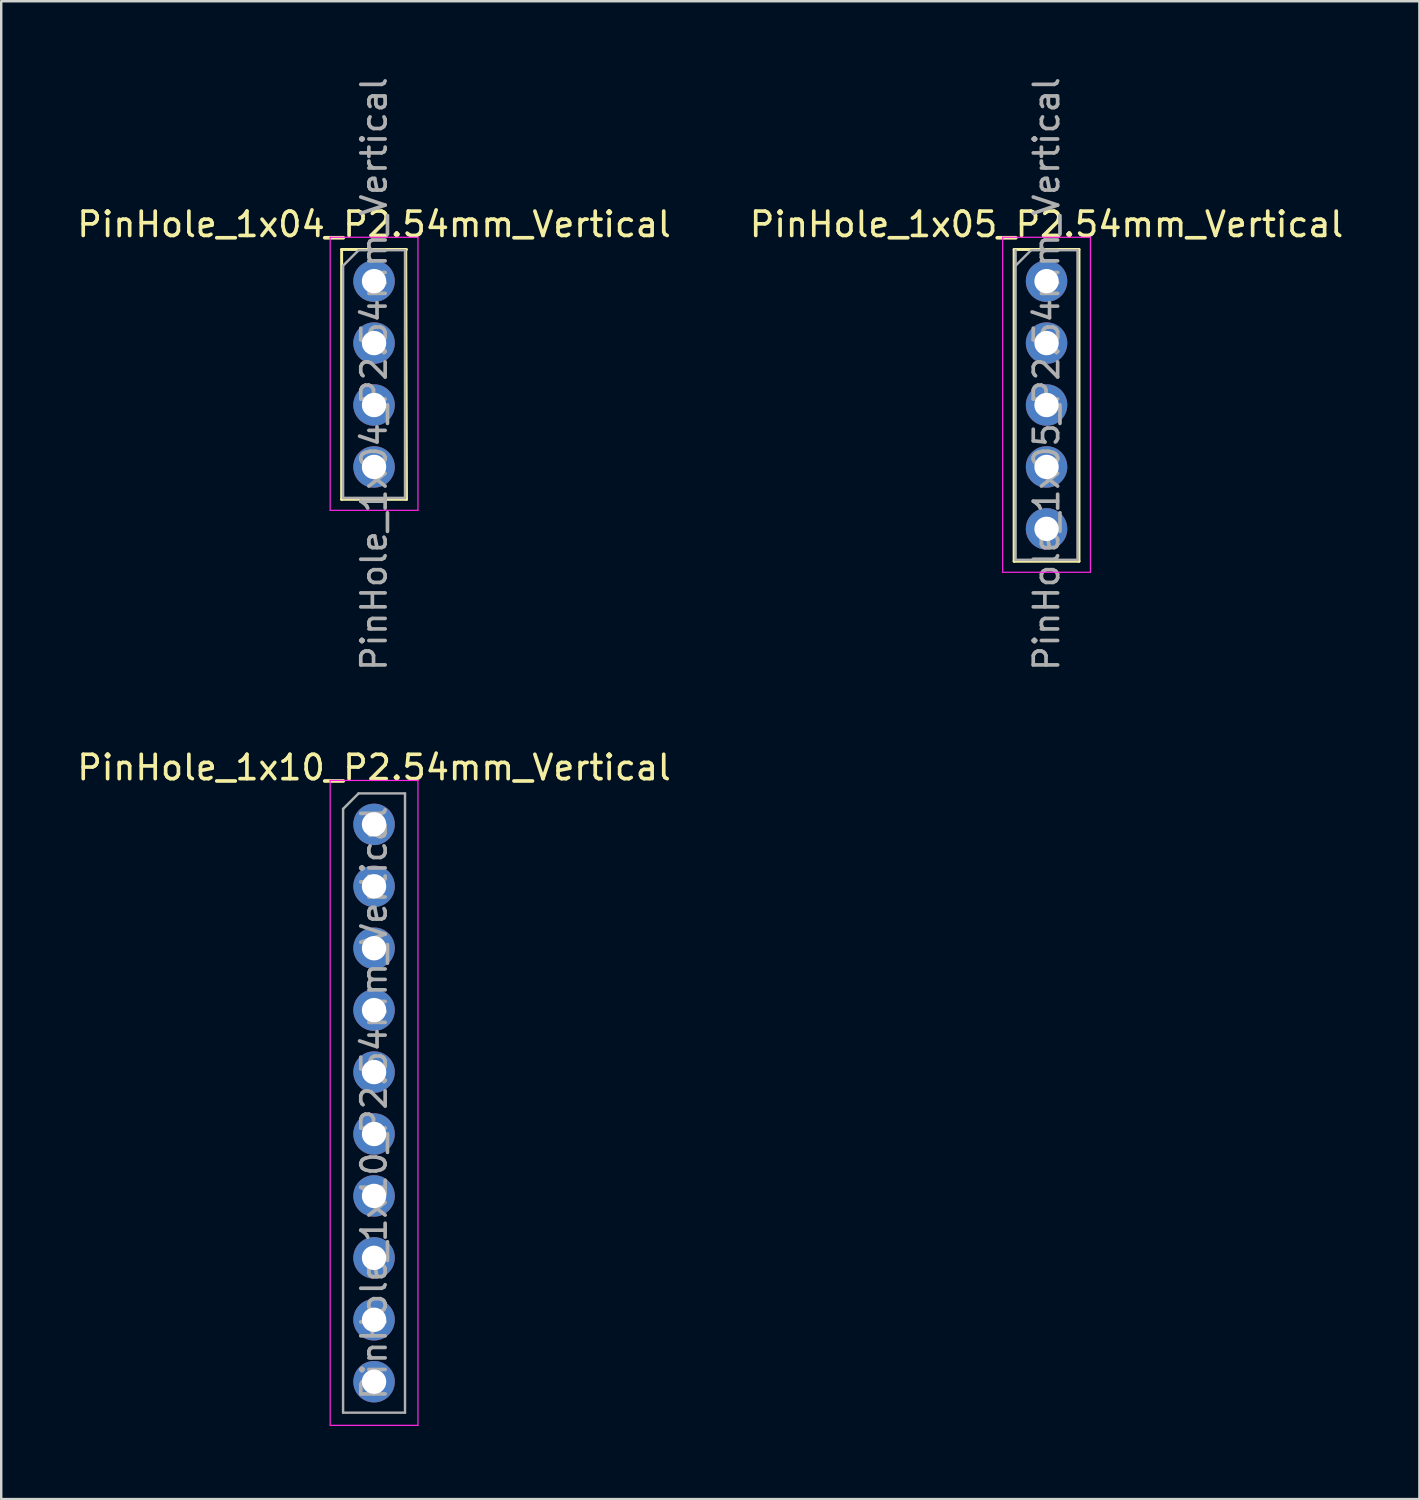
<source format=kicad_pcb>
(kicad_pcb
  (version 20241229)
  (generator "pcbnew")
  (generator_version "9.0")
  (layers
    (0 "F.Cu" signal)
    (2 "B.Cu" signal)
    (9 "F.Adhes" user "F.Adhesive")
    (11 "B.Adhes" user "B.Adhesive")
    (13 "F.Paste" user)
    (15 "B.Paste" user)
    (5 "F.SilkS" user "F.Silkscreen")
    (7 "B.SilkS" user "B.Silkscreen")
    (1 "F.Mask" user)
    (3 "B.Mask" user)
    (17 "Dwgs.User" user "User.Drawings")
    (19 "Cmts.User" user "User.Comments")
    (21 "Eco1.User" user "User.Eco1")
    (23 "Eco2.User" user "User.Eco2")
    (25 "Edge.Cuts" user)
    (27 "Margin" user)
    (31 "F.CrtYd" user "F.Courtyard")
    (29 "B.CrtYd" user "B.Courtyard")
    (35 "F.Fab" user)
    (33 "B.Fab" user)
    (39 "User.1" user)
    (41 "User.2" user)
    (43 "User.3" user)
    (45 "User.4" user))
  (footprint "PinHole_1x05_P2.54mm_Vertical"
    (layer "F.Cu")
    (at 39.875 8.482)
    (property "Reference" "PinHole_1x05_P2.54mm_Vertical" (at 0 -2.33 0) (layer "F.SilkS") (effects (font (size 1 1) (thickness 0.15))))
    (attr through_hole)
    (fp_line (start -1.33 -1.3) (end -1.33 11.49) (stroke (width 0.12) (type solid)) (layer "F.SilkS"))
    (fp_line (start -1.33 -1.3) (end 1.33 -1.3) (stroke (width 0.12) (type solid)) (layer "F.SilkS"))
    (fp_line (start -1.33 11.49) (end 1.33 11.49) (stroke (width 0.12) (type solid)) (layer "F.SilkS"))
    (fp_line (start 1.33 -1.3) (end 1.33 11.49) (stroke (width 0.12) (type solid)) (layer "F.SilkS"))
    (fp_line (start -1.8 -1.8) (end -1.8 11.94) (stroke (width 0.05) (type solid)) (layer "F.CrtYd"))
    (fp_line (start -1.8 11.94) (end 1.8 11.94) (stroke (width 0.05) (type solid)) (layer "F.CrtYd"))
    (fp_line (start 1.8 -1.8) (end -1.8 -1.8) (stroke (width 0.05) (type solid)) (layer "F.CrtYd"))
    (fp_line (start 1.8 11.94) (end 1.8 -1.8) (stroke (width 0.05) (type solid)) (layer "F.CrtYd"))
    (fp_line (start -1.27 -0.635) (end -0.635 -1.27) (stroke (width 0.1) (type solid)) (layer "F.Fab"))
    (fp_line (start -1.27 11.43) (end -1.27 -1.27) (stroke (width 0.1) (type solid)) (layer "F.Fab"))
    (fp_line (start -0.635 -1.27) (end 1.27 -1.27) (stroke (width 0.1) (type solid)) (layer "F.Fab"))
    (fp_line (start 1.27 -1.27) (end 1.27 11.43) (stroke (width 0.1) (type solid)) (layer "F.Fab"))
    (fp_line (start 1.27 11.43) (end -1.27 11.43) (stroke (width 0.1) (type solid)) (layer "F.Fab"))
    (fp_text user "${REFERENCE}" (at 0 3.81 90) (layer "F.Fab") (effects (font (size 1 1) (thickness 0.15))))
    (pad "1" thru_hole oval (at 0 0) (size 1.7 1.7) (drill 1) (layers "*.Cu" "*.Mask"))
    (pad "2" thru_hole oval (at 0 2.54) (size 1.7 1.7) (drill 1) (layers "*.Cu" "*.Mask"))
    (pad "3" thru_hole oval (at 0 5.08) (size 1.7 1.7) (drill 1) (layers "*.Cu" "*.Mask"))
    (pad "4" thru_hole oval (at 0 7.62) (size 1.7 1.7) (drill 1) (layers "*.Cu" "*.Mask"))
    (pad "5" thru_hole oval (at 0 10.16) (size 1.7 1.7) (drill 1) (layers "*.Cu" "*.Mask")))
  (footprint "PinHole_1x04_P2.54mm_Vertical"
    (layer "F.Cu")
    (at 12.292 8.482)
    (property "Reference" "PinHole_1x04_P2.54mm_Vertical" (at 0 -2.33 0) (layer "F.SilkS") (effects (font (size 1 1) (thickness 0.15))))
    (attr through_hole)
    (fp_line (start -1.33 -1.3) (end -1.33 8.95) (stroke (width 0.12) (type solid)) (layer "F.SilkS"))
    (fp_line (start -1.33 -1.3) (end 1.33 -1.3) (stroke (width 0.12) (type solid)) (layer "F.SilkS"))
    (fp_line (start -1.33 8.95) (end 1.33 8.95) (stroke (width 0.12) (type solid)) (layer "F.SilkS"))
    (fp_line (start 1.3 -1.3) (end 1.33 8.95) (stroke (width 0.12) (type solid)) (layer "F.SilkS"))
    (fp_line (start -1.8 -1.8) (end -1.8 9.4) (stroke (width 0.05) (type solid)) (layer "F.CrtYd"))
    (fp_line (start -1.8 9.4) (end 1.8 9.4) (stroke (width 0.05) (type solid)) (layer "F.CrtYd"))
    (fp_line (start 1.8 -1.8) (end -1.8 -1.8) (stroke (width 0.05) (type solid)) (layer "F.CrtYd"))
    (fp_line (start 1.8 9.4) (end 1.8 -1.8) (stroke (width 0.05) (type solid)) (layer "F.CrtYd"))
    (fp_line (start -1.27 -0.635) (end -0.635 -1.27) (stroke (width 0.1) (type solid)) (layer "F.Fab"))
    (fp_line (start -1.27 8.89) (end -1.27 -0.635) (stroke (width 0.1) (type solid)) (layer "F.Fab"))
    (fp_line (start -0.635 -1.27) (end 1.27 -1.27) (stroke (width 0.1) (type solid)) (layer "F.Fab"))
    (fp_line (start 1.27 -1.27) (end 1.27 8.89) (stroke (width 0.1) (type solid)) (layer "F.Fab"))
    (fp_line (start 1.27 8.89) (end -1.27 8.89) (stroke (width 0.1) (type solid)) (layer "F.Fab"))
    (fp_text user "${REFERENCE}" (at 0 3.81 90) (layer "F.Fab") (effects (font (size 1 1) (thickness 0.15))))
    (pad "1" thru_hole oval (at 0 0) (size 1.7 1.7) (drill 1) (layers "*.Cu" "*.Mask"))
    (pad "2" thru_hole oval (at 0 2.54) (size 1.7 1.7) (drill 1) (layers "*.Cu" "*.Mask"))
    (pad "3" thru_hole oval (at 0 5.08) (size 1.7 1.7) (drill 1) (layers "*.Cu" "*.Mask"))
    (pad "4" thru_hole oval (at 0 7.62) (size 1.7 1.7) (drill 1) (layers "*.Cu" "*.Mask")))
  (footprint "PinHole_1x10_P2.54mm_Vertical"
    (layer "F.Cu")
    (at 12.292 30.762)
    (property "Reference" "PinHole_1x10_P2.54mm_Vertical" (at 0 -2.33 0) (layer "F.SilkS") (effects (font (size 1 1) (thickness 0.15))))
    (attr through_hole)
    (fp_line (start -1.8 -1.8) (end -1.8 24.65) (stroke (width 0.05) (type solid)) (layer "F.CrtYd"))
    (fp_line (start -1.8 24.65) (end 1.8 24.65) (stroke (width 0.05) (type solid)) (layer "F.CrtYd"))
    (fp_line (start 1.8 -1.8) (end -1.8 -1.8) (stroke (width 0.05) (type solid)) (layer "F.CrtYd"))
    (fp_line (start 1.8 24.65) (end 1.8 -1.8) (stroke (width 0.05) (type solid)) (layer "F.CrtYd"))
    (fp_line (start -1.27 -0.635) (end -0.635 -1.27) (stroke (width 0.1) (type solid)) (layer "F.Fab"))
    (fp_line (start -1.27 24.13) (end -1.27 -0.635) (stroke (width 0.1) (type solid)) (layer "F.Fab"))
    (fp_line (start -0.635 -1.27) (end 1.27 -1.27) (stroke (width 0.1) (type solid)) (layer "F.Fab"))
    (fp_line (start 1.27 -1.27) (end 1.27 24.13) (stroke (width 0.1) (type solid)) (layer "F.Fab"))
    (fp_line (start 1.27 24.13) (end -1.27 24.13) (stroke (width 0.1) (type solid)) (layer "F.Fab"))
    (fp_text user "${REFERENCE}" (at 0 11.43 90) (layer "F.Fab") (effects (font (size 1 1) (thickness 0.15))))
    (pad "1" thru_hole oval (at 0 0) (size 1.7 1.7) (drill 1) (layers "*.Cu" "*.Mask"))
    (pad "2" thru_hole oval (at 0 2.54) (size 1.7 1.7) (drill 1) (layers "*.Cu" "*.Mask"))
    (pad "3" thru_hole oval (at 0 5.08) (size 1.7 1.7) (drill 1) (layers "*.Cu" "*.Mask"))
    (pad "4" thru_hole oval (at 0 7.62) (size 1.7 1.7) (drill 1) (layers "*.Cu" "*.Mask"))
    (pad "5" thru_hole oval (at 0 10.16) (size 1.7 1.7) (drill 1) (layers "*.Cu" "*.Mask"))
    (pad "6" thru_hole oval (at 0 12.7) (size 1.7 1.7) (drill 1) (layers "*.Cu" "*.Mask"))
    (pad "7" thru_hole oval (at 0 15.24) (size 1.7 1.7) (drill 1) (layers "*.Cu" "*.Mask"))
    (pad "8" thru_hole oval (at 0 17.78) (size 1.7 1.7) (drill 1) (layers "*.Cu" "*.Mask"))
    (pad "9" thru_hole oval (at 0 20.32) (size 1.7 1.7) (drill 1) (layers "*.Cu" "*.Mask"))
    (pad "10" thru_hole oval (at 0 22.86) (size 1.7 1.7) (drill 1) (layers "*.Cu" "*.Mask")))
  (gr_rect
    (start -3 -3)
    (end 55.167 58.437)
    (stroke (width 0.1) (type default))
    (fill no)
    (layer "Edge.Cuts")))
</source>
